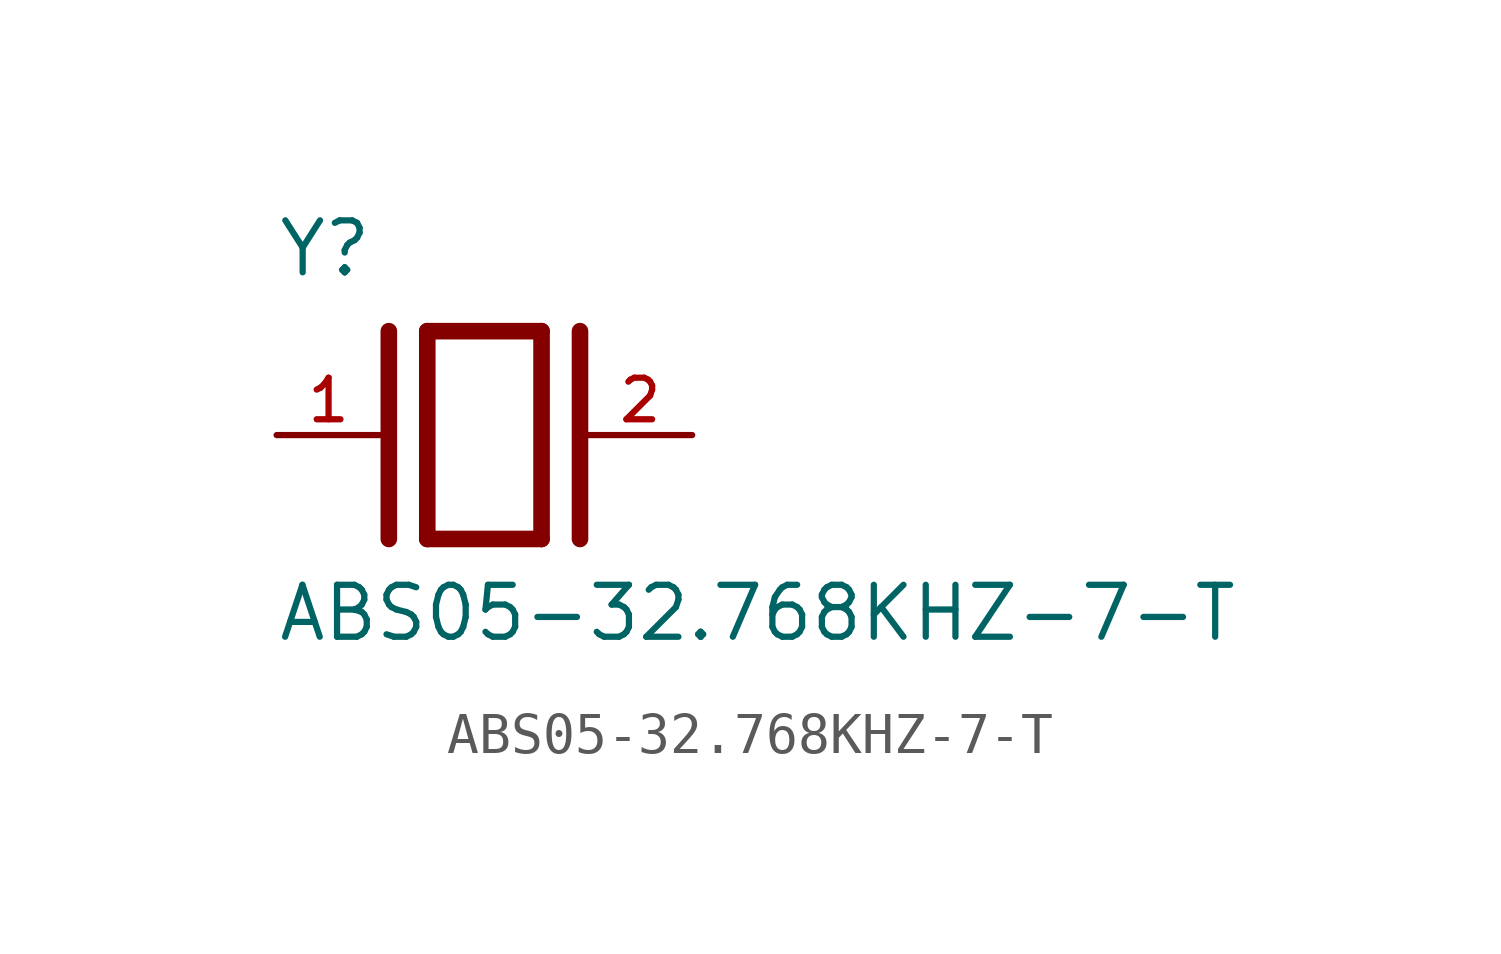
<source format=kicad_sym>
(kicad_symbol_lib
  (version 20211014)
  (generator kicad_symbol_editor)
  (symbol "ABS05-32.768KHZ-7-T"
    (pin_names
      (offset 1.016))
    (property "Reference" "Y"
      (at -5.088 3.816 0)
      (effects (font (size 1.27 1.27)) (justify bottom left)))
    (property "Value" "ABS05-32.768KHZ-7-T"
      (at -5.094 -5.094 0)
      (effects (font (size 1.27 1.27)) (justify bottom left)))
    (symbol "ABS05-32.768KHZ-7-T_0_0"
      (polyline (pts (xy -1.397 2.54) (xy 1.397 2.54)) (stroke (width 0.406)))
      (polyline (pts (xy 1.397 2.54) (xy 1.397 -2.54)) (stroke (width 0.406)))
      (polyline (pts (xy 1.397 -2.54) (xy -1.397 -2.54)) (stroke (width 0.406)))
      (polyline (pts (xy -1.397 2.54) (xy -1.397 -2.54)) (stroke (width 0.406)))
      (polyline (pts (xy 2.337 2.54) (xy 2.337 -2.54)) (stroke (width 0.406)))
      (polyline (pts (xy -2.337 2.54) (xy -2.337 -2.54)) (stroke (width 0.406)))
      (pin passive line (at 5.08 0.0 180.0) (length 2.54) (name "~" (effects (font (size 1.016 1.016)))) (number "2" (effects (font (size 1.016 1.016)))))
      (pin passive line (at -5.08 0.0 0) (length 2.54) (name "~" (effects (font (size 1.016 1.016)))) (number "1" (effects (font (size 1.016 1.016))))))))
</source>
